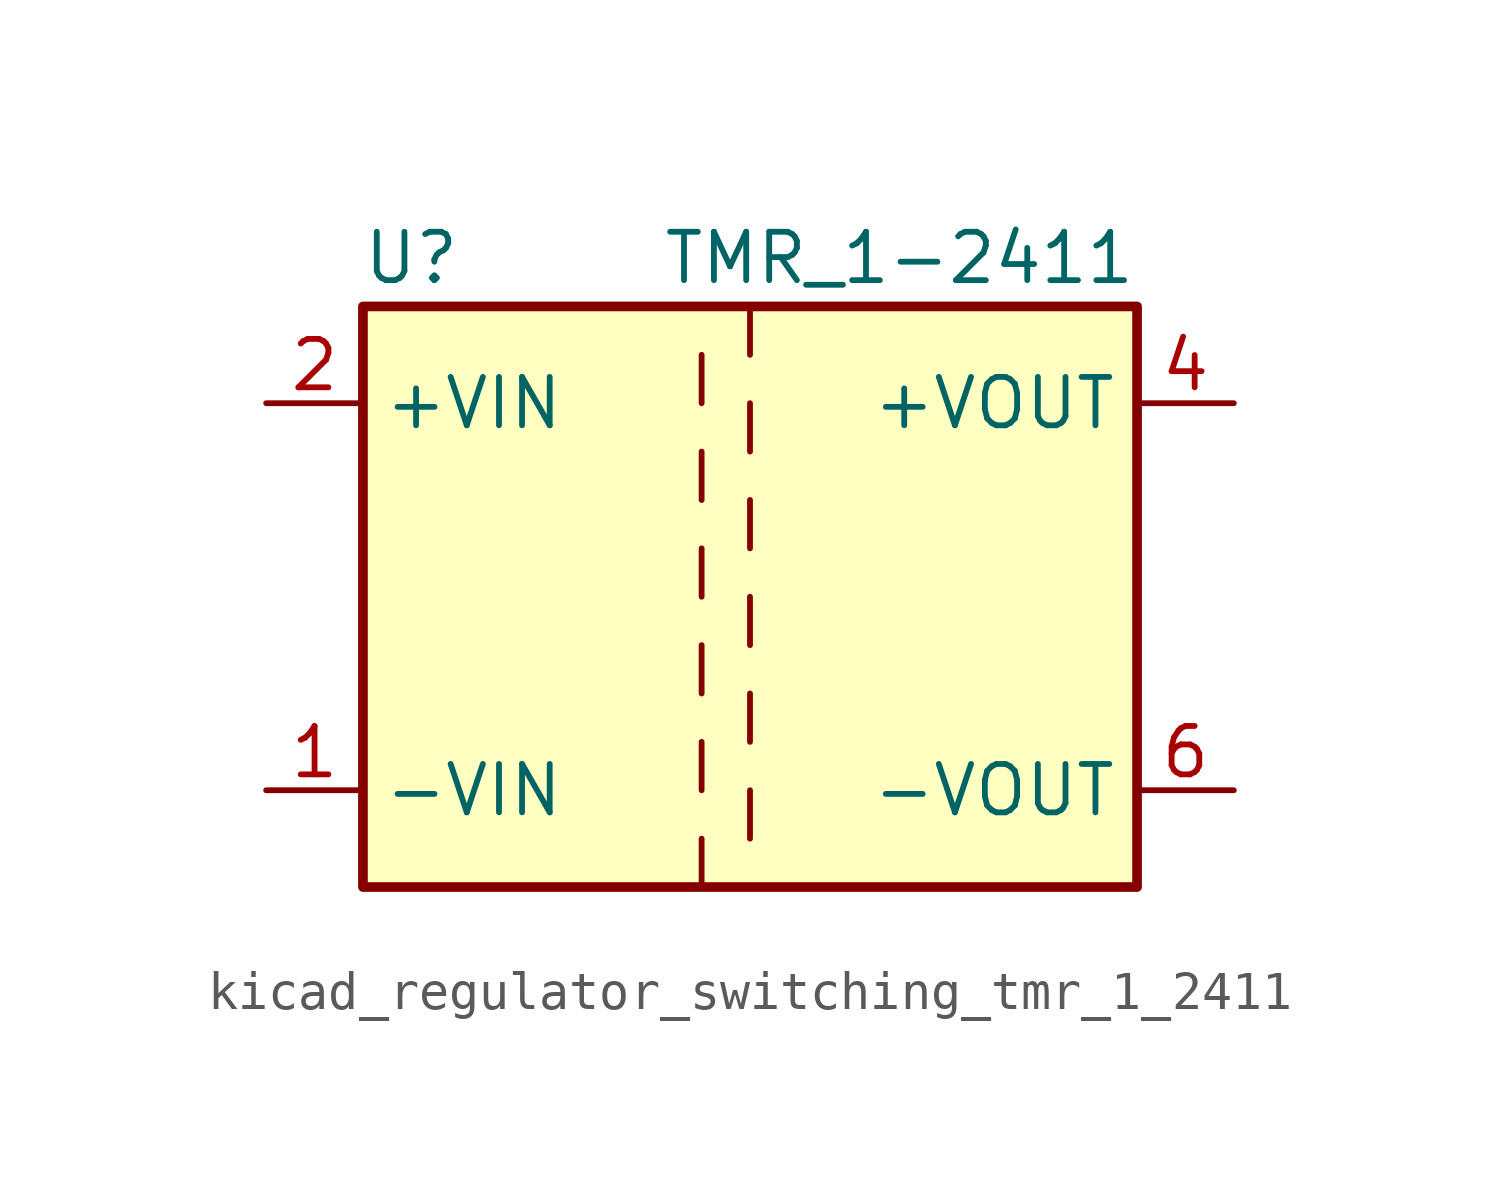
<source format=kicad_sym>
(kicad_symbol_lib
  (version 20220914)
  (generator kicad_symbol_editor)
  (symbol "kicad_regulator_switching_tmr_1_2411"
    (property "Reference" "U"
      (at -8.89 8.89 0)
      (effects (font (size 1.27 1.27))))
    (property "Value" "TMR_1-2411"
      (at 10.16 8.89 0)
      (effects (font (size 1.27 1.27)) (justify right)))
    (symbol "kicad_regulator_switching_tmr_1_2411_0_1"
      (rectangle (start -10.16 7.62) (end 10.16 -7.62) (stroke (width 0.254) (type default)) (fill (type background)))
      (polyline (pts (xy -1.27 -7.62) (xy -1.27 -6.35)) (stroke (width 0) (type default)) (fill (type none)))
      (polyline (pts (xy -1.27 -5.08) (xy -1.27 -3.81)) (stroke (width 0) (type default)) (fill (type none)))
      (polyline (pts (xy -1.27 -2.54) (xy -1.27 -1.27)) (stroke (width 0) (type default)) (fill (type none)))
      (polyline (pts (xy -1.27 0) (xy -1.27 1.27)) (stroke (width 0) (type default)) (fill (type none)))
      (polyline (pts (xy -1.27 2.54) (xy -1.27 3.81)) (stroke (width 0) (type default)) (fill (type none)))
      (polyline (pts (xy -1.27 5.08) (xy -1.27 6.35)) (stroke (width 0) (type default)) (fill (type none)))
      (polyline (pts (xy 0 -5.08) (xy 0 -6.35)) (stroke (width 0) (type default)) (fill (type none)))
      (polyline (pts (xy 0 -2.54) (xy 0 -3.81)) (stroke (width 0) (type default)) (fill (type none)))
      (polyline (pts (xy 0 0) (xy 0 -1.27)) (stroke (width 0) (type default)) (fill (type none)))
      (polyline (pts (xy 0 2.54) (xy 0 1.27)) (stroke (width 0) (type default)) (fill (type none)))
      (polyline (pts (xy 0 5.08) (xy 0 3.81)) (stroke (width 0) (type default)) (fill (type none)))
      (polyline (pts (xy 0 7.62) (xy 0 6.35)) (stroke (width 0) (type default)) (fill (type none))))
    (symbol "kicad_regulator_switching_tmr_1_2411_1_1"
      (pin power_in line (at -12.7 -5.08 0) (length 2.54) (name "-VIN" (effects (font (size 1.27 1.27)))) (number "1" (effects (font (size 1.27 1.27)))))
      (pin power_in line (at -12.7 5.08 0) (length 2.54) (name "+VIN" (effects (font (size 1.27 1.27)))) (number "2" (effects (font (size 1.27 1.27)))))
      (pin power_out line (at 12.7 5.08 180) (length 2.54) (name "+VOUT" (effects (font (size 1.27 1.27)))) (number "4" (effects (font (size 1.27 1.27)))))
      (pin power_out line (at 12.7 -5.08 180) (length 2.54) (name "-VOUT" (effects (font (size 1.27 1.27)))) (number "6" (effects (font (size 1.27 1.27))))))))
</source>
